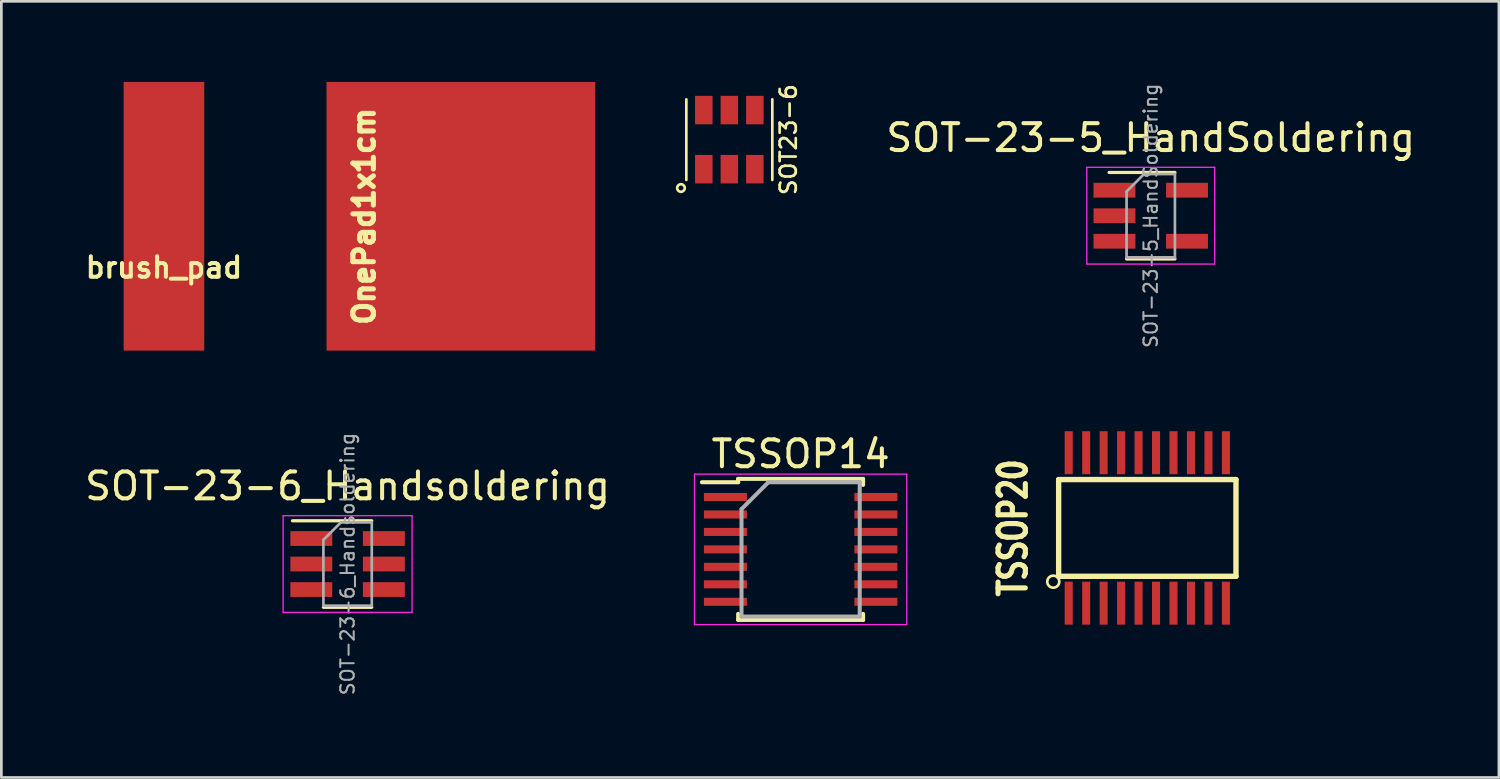
<source format=kicad_pcb>
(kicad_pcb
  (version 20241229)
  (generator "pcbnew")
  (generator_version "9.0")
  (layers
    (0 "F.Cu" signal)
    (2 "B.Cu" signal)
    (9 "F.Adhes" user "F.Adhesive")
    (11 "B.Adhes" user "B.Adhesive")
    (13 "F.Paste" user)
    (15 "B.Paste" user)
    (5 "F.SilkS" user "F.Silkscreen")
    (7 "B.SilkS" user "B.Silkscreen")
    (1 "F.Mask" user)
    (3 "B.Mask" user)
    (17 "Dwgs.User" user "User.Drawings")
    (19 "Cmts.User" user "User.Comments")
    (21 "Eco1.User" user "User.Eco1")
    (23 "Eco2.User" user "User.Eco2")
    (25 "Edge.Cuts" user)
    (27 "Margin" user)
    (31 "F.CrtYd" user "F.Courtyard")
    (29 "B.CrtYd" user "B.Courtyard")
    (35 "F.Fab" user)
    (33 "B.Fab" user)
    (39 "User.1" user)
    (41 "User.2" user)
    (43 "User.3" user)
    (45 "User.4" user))
  (footprint "TSSOP14"
    (layer "F.Cu")
    (at 26.749 17.398)
    (property "Reference" "TSSOP14" (at 0 -3.55 0) (layer "F.SilkS") (effects (font (size 1 1) (thickness 0.15))))
    (attr smd)
    (fp_line (start -2.325 -2.625) (end -2.325 -2.5) (stroke (width 0.15) (type solid)) (layer "F.SilkS"))
    (fp_line (start -2.325 -2.625) (end 2.325 -2.625) (stroke (width 0.15) (type solid)) (layer "F.SilkS"))
    (fp_line (start -2.325 -2.5) (end -3.675 -2.5) (stroke (width 0.15) (type solid)) (layer "F.SilkS"))
    (fp_line (start -2.325 2.625) (end -2.325 2.4) (stroke (width 0.15) (type solid)) (layer "F.SilkS"))
    (fp_line (start -2.325 2.625) (end 2.325 2.625) (stroke (width 0.15) (type solid)) (layer "F.SilkS"))
    (fp_line (start 2.325 -2.625) (end 2.325 -2.4) (stroke (width 0.15) (type solid)) (layer "F.SilkS"))
    (fp_line (start 2.325 2.625) (end 2.325 2.4) (stroke (width 0.15) (type solid)) (layer "F.SilkS"))
    (fp_line (start -3.95 -2.8) (end -3.95 2.8) (stroke (width 0.05) (type solid)) (layer "F.CrtYd"))
    (fp_line (start -3.95 -2.8) (end 3.95 -2.8) (stroke (width 0.05) (type solid)) (layer "F.CrtYd"))
    (fp_line (start -3.95 2.8) (end 3.95 2.8) (stroke (width 0.05) (type solid)) (layer "F.CrtYd"))
    (fp_line (start 3.95 -2.8) (end 3.95 2.8) (stroke (width 0.05) (type solid)) (layer "F.CrtYd"))
    (fp_line (start -2.2 -1.5) (end -1.2 -2.5) (stroke (width 0.15) (type solid)) (layer "F.Fab"))
    (fp_line (start -2.2 2.5) (end -2.2 -1.5) (stroke (width 0.15) (type solid)) (layer "F.Fab"))
    (fp_line (start -1.2 -2.5) (end 2.2 -2.5) (stroke (width 0.15) (type solid)) (layer "F.Fab"))
    (fp_line (start 2.2 -2.5) (end 2.2 2.5) (stroke (width 0.15) (type solid)) (layer "F.Fab"))
    (fp_line (start 2.2 2.5) (end -2.2 2.5) (stroke (width 0.15) (type solid)) (layer "F.Fab"))
    (pad "1" smd rect (at -2.8 -1.95) (size 1.6 0.3) (layers "F.Cu" "F.Mask" "F.Paste"))
    (pad "2" smd rect (at -2.8 -1.3) (size 1.6 0.3) (layers "F.Cu" "F.Mask" "F.Paste"))
    (pad "3" smd rect (at -2.8 -0.65) (size 1.6 0.3) (layers "F.Cu" "F.Mask" "F.Paste"))
    (pad "4" smd rect (at -2.8 0) (size 1.6 0.3) (layers "F.Cu" "F.Mask" "F.Paste"))
    (pad "5" smd rect (at -2.8 0.65) (size 1.6 0.3) (layers "F.Cu" "F.Mask" "F.Paste"))
    (pad "6" smd rect (at -2.8 1.3) (size 1.6 0.3) (layers "F.Cu" "F.Mask" "F.Paste"))
    (pad "7" smd rect (at -2.8 1.95) (size 1.6 0.3) (layers "F.Cu" "F.Mask" "F.Paste"))
    (pad "8" smd rect (at 2.8 1.95) (size 1.6 0.3) (layers "F.Cu" "F.Mask" "F.Paste"))
    (pad "9" smd rect (at 2.8 1.3) (size 1.6 0.3) (layers "F.Cu" "F.Mask" "F.Paste"))
    (pad "10" smd rect (at 2.8 0.65) (size 1.6 0.3) (layers "F.Cu" "F.Mask" "F.Paste"))
    (pad "11" smd rect (at 2.8 0) (size 1.6 0.3) (layers "F.Cu" "F.Mask" "F.Paste"))
    (pad "12" smd rect (at 2.8 -0.65) (size 1.6 0.3) (layers "F.Cu" "F.Mask" "F.Paste"))
    (pad "13" smd rect (at 2.8 -1.3) (size 1.6 0.3) (layers "F.Cu" "F.Mask" "F.Paste"))
    (pad "14" smd rect (at 2.8 -1.95) (size 1.6 0.3) (layers "F.Cu" "F.Mask" "F.Paste")))
  (footprint "SOT-23-6_Handsoldering"
    (layer "F.Cu")
    (at 9.887 17.943)
    (property "Reference" "SOT-23-6_Handsoldering" (at 0 -2.9 0) (layer "F.SilkS") (effects (font (size 1 1) (thickness 0.15))))
    (attr smd)
    (fp_line (start -0.9 1.61) (end 0.9 1.61) (stroke (width 0.12) (type solid)) (layer "F.SilkS"))
    (fp_line (start 0.9 -1.61) (end -2.05 -1.61) (stroke (width 0.12) (type solid)) (layer "F.SilkS"))
    (fp_line (start -2.4 -1.8) (end 2.4 -1.8) (stroke (width 0.05) (type solid)) (layer "F.CrtYd"))
    (fp_line (start -2.4 1.8) (end -2.4 -1.8) (stroke (width 0.05) (type solid)) (layer "F.CrtYd"))
    (fp_line (start 2.4 -1.8) (end 2.4 1.8) (stroke (width 0.05) (type solid)) (layer "F.CrtYd"))
    (fp_line (start 2.4 1.8) (end -2.4 1.8) (stroke (width 0.05) (type solid)) (layer "F.CrtYd"))
    (fp_line (start -0.9 -0.9) (end -0.9 1.55) (stroke (width 0.1) (type solid)) (layer "F.Fab"))
    (fp_line (start -0.9 -0.9) (end -0.25 -1.55) (stroke (width 0.1) (type solid)) (layer "F.Fab"))
    (fp_line (start 0.9 -1.55) (end -0.25 -1.55) (stroke (width 0.1) (type solid)) (layer "F.Fab"))
    (fp_line (start 0.9 -1.55) (end 0.9 1.55) (stroke (width 0.1) (type solid)) (layer "F.Fab"))
    (fp_line (start 0.9 1.55) (end -0.9 1.55) (stroke (width 0.1) (type solid)) (layer "F.Fab"))
    (fp_text user "${REFERENCE}" (at 0 0 90) (layer "F.Fab") (effects (font (size 0.5 0.5) (thickness 0.075))))
    (pad "1" smd rect (at -1.35 -0.95) (size 1.56 0.55) (layers "F.Cu" "F.Mask" "F.Paste"))
    (pad "2" smd rect (at -1.35 0) (size 1.56 0.55) (layers "F.Cu" "F.Mask" "F.Paste"))
    (pad "3" smd rect (at -1.35 0.95) (size 1.56 0.55) (layers "F.Cu" "F.Mask" "F.Paste"))
    (pad "4" smd rect (at 1.35 0.95) (size 1.56 0.55) (layers "F.Cu" "F.Mask" "F.Paste"))
    (pad "5" smd rect (at 1.35 0) (size 1.56 0.55) (layers "F.Cu" "F.Mask" "F.Paste"))
    (pad "6" smd rect (at 1.35 -0.95) (size 1.56 0.55) (layers "F.Cu" "F.Mask" "F.Paste")))
  (footprint "brush_pad"
    (layer "F.Cu")
    (at 3.052 5)
    (property "Reference" "brush_pad" (at 0 1.905 0) (layer "F.SilkS") (effects (font (size 0.762 0.762) (thickness 0.15))))
    (attr through_hole)
    (pad "1" smd rect (at 0 0) (size 3 10) (layers "F.Cu" "F.Mask" "F.Paste")))
  (footprint "OnePad1x1cm"
    (layer "F.Cu")
    (at 14.103 5)
    (property "Reference" "OnePad1x1cm" (at -3.6 0 90) (layer "F.SilkS") (effects (font (size 0.762 0.762) (thickness 0.191))))
    (attr smd)
    (pad "1" smd rect (at 0 0) (size 10 10) (layers "F.Cu" "F.Mask" "F.Paste")))
  (footprint "SOT23-6"
    (layer "F.Cu")
    (at 24.095 2.147)
    (property "Reference" "SOT23-6" (at 2.2 0 90) (layer "F.SilkS") (effects (font (size 0.6 0.6) (thickness 0.1))))
    (attr smd)
    (fp_line (start -1.6 -1.5) (end -1.6 1.5) (stroke (width 0.1) (type solid)) (layer "F.SilkS"))
    (fp_line (start 1.6 -1.5) (end 1.6 1.5) (stroke (width 0.1) (type solid)) (layer "F.SilkS"))
    (fp_circle (center -1.8 1.8) (end -1.9 1.9) (stroke (width 0.1) (type solid)) (fill no) (layer "F.SilkS"))
    (pad "1" smd rect (at -0.95 1.1) (size 0.65 1.06) (layers "F.Cu" "F.Mask" "F.Paste"))
    (pad "2" smd rect (at 0 1.1) (size 0.65 1.06) (layers "F.Cu" "F.Mask" "F.Paste"))
    (pad "3" smd rect (at 0.95 1.1) (size 0.65 1.06) (layers "F.Cu" "F.Mask" "F.Paste"))
    (pad "4" smd rect (at 0.95 -1.1) (size 0.65 1.06) (layers "F.Cu" "F.Mask" "F.Paste"))
    (pad "5" smd rect (at 0 -1.1) (size 0.65 1.06) (layers "F.Cu" "F.Mask" "F.Paste"))
    (pad "6" smd rect (at -0.95 -1.1) (size 0.65 1.06) (layers "F.Cu" "F.Mask" "F.Paste")))
  (footprint "TSSOP20"
    (layer "F.Cu")
    (at 39.652 16.6)
    (property "Reference" "TSSOP20" (at -5 0 90) (layer "F.SilkS") (effects (font (size 1.016 0.762) (thickness 0.191))))
    (attr smd)
    (fp_line (start -3.3 -1.8) (end 3.3 -1.8) (stroke (width 0.2) (type solid)) (layer "F.SilkS"))
    (fp_line (start -3.3 1.8) (end -3.3 -1.8) (stroke (width 0.2) (type solid)) (layer "F.SilkS"))
    (fp_line (start 3.3 -1.8) (end 3.3 1.8) (stroke (width 0.2) (type solid)) (layer "F.SilkS"))
    (fp_line (start 3.3 1.8) (end -3.3 1.8) (stroke (width 0.2) (type solid)) (layer "F.SilkS"))
    (fp_circle (center -3.5 2) (end -3.7 2.1) (stroke (width 0.1) (type solid)) (fill no) (layer "F.SilkS"))
    (pad "1" smd rect (at -2.925 2.8) (size 0.3 1.6) (layers "F.Cu" "F.Mask" "F.Paste"))
    (pad "2" smd rect (at -2.275 2.8) (size 0.3 1.6) (layers "F.Cu" "F.Mask" "F.Paste"))
    (pad "3" smd rect (at -1.625 2.8) (size 0.3 1.6) (layers "F.Cu" "F.Mask" "F.Paste"))
    (pad "4" smd rect (at -0.975 2.8) (size 0.3 1.6) (layers "F.Cu" "F.Mask" "F.Paste"))
    (pad "5" smd rect (at -0.325 2.8) (size 0.3 1.6) (layers "F.Cu" "F.Mask" "F.Paste"))
    (pad "6" smd rect (at 0.325 2.8) (size 0.3 1.6) (layers "F.Cu" "F.Mask" "F.Paste"))
    (pad "7" smd rect (at 0.975 2.8) (size 0.3 1.6) (layers "F.Cu" "F.Mask" "F.Paste"))
    (pad "8" smd rect (at 1.625 2.8) (size 0.3 1.6) (layers "F.Cu" "F.Mask" "F.Paste"))
    (pad "9" smd rect (at 2.275 2.8) (size 0.3 1.6) (layers "F.Cu" "F.Mask" "F.Paste"))
    (pad "10" smd rect (at 2.925 2.8) (size 0.3 1.6) (layers "F.Cu" "F.Mask" "F.Paste"))
    (pad "11" smd rect (at 2.925 -2.8) (size 0.3 1.6) (layers "F.Cu" "F.Mask" "F.Paste"))
    (pad "12" smd rect (at 2.275 -2.8) (size 0.3 1.6) (layers "F.Cu" "F.Mask" "F.Paste"))
    (pad "13" smd rect (at 1.625 -2.8) (size 0.3 1.6) (layers "F.Cu" "F.Mask" "F.Paste"))
    (pad "14" smd rect (at 0.975 -2.8) (size 0.3 1.6) (layers "F.Cu" "F.Mask" "F.Paste"))
    (pad "15" smd rect (at 0.325 -2.8) (size 0.3 1.6) (layers "F.Cu" "F.Mask" "F.Paste"))
    (pad "16" smd rect (at -0.325 -2.8) (size 0.3 1.6) (layers "F.Cu" "F.Mask" "F.Paste"))
    (pad "17" smd rect (at -0.975 -2.8) (size 0.3 1.6) (layers "F.Cu" "F.Mask" "F.Paste"))
    (pad "18" smd rect (at -1.625 -2.8) (size 0.3 1.6) (layers "F.Cu" "F.Mask" "F.Paste"))
    (pad "19" smd rect (at -2.275 -2.8) (size 0.3 1.6) (layers "F.Cu" "F.Mask" "F.Paste"))
    (pad "20" smd rect (at -2.925 -2.8) (size 0.3 1.6) (layers "F.Cu" "F.Mask" "F.Paste")))
  (footprint "SOT-23-5_HandSoldering"
    (layer "F.Cu")
    (at 39.78 4.979)
    (property "Reference" "SOT-23-5_HandSoldering" (at 0 -2.9 0) (layer "F.SilkS") (effects (font (size 1 1) (thickness 0.15))))
    (attr smd)
    (fp_line (start -0.9 1.61) (end 0.9 1.61) (stroke (width 0.12) (type solid)) (layer "F.SilkS"))
    (fp_line (start 0.9 -1.61) (end -1.55 -1.61) (stroke (width 0.12) (type solid)) (layer "F.SilkS"))
    (fp_line (start -2.38 -1.8) (end -2.38 1.8) (stroke (width 0.05) (type solid)) (layer "F.CrtYd"))
    (fp_line (start -2.38 -1.8) (end 2.38 -1.8) (stroke (width 0.05) (type solid)) (layer "F.CrtYd"))
    (fp_line (start 2.38 1.8) (end -2.38 1.8) (stroke (width 0.05) (type solid)) (layer "F.CrtYd"))
    (fp_line (start 2.38 1.8) (end 2.38 -1.8) (stroke (width 0.05) (type solid)) (layer "F.CrtYd"))
    (fp_line (start -0.9 -0.9) (end -0.9 1.55) (stroke (width 0.1) (type solid)) (layer "F.Fab"))
    (fp_line (start -0.9 -0.9) (end -0.25 -1.55) (stroke (width 0.1) (type solid)) (layer "F.Fab"))
    (fp_line (start 0.9 -1.55) (end -0.25 -1.55) (stroke (width 0.1) (type solid)) (layer "F.Fab"))
    (fp_line (start 0.9 -1.55) (end 0.9 1.55) (stroke (width 0.1) (type solid)) (layer "F.Fab"))
    (fp_line (start 0.9 1.55) (end -0.9 1.55) (stroke (width 0.1) (type solid)) (layer "F.Fab"))
    (fp_text user "${REFERENCE}" (at 0 0 90) (layer "F.Fab") (effects (font (size 0.5 0.5) (thickness 0.075))))
    (pad "1" smd rect (at -1.35 -0.95) (size 1.56 0.55) (layers "F.Cu" "F.Mask" "F.Paste"))
    (pad "2" smd rect (at -1.35 0) (size 1.56 0.55) (layers "F.Cu" "F.Mask" "F.Paste"))
    (pad "3" smd rect (at -1.35 0.95) (size 1.56 0.55) (layers "F.Cu" "F.Mask" "F.Paste"))
    (pad "4" smd rect (at 1.35 0.95) (size 1.56 0.55) (layers "F.Cu" "F.Mask" "F.Paste"))
    (pad "5" smd rect (at 1.35 -0.95) (size 1.56 0.55) (layers "F.Cu" "F.Mask" "F.Paste")))
  (gr_rect
    (start -3 -3)
    (end 52.738 25.887)
    (stroke (width 0.1) (type default))
    (fill no)
    (layer "Edge.Cuts")))
</source>
